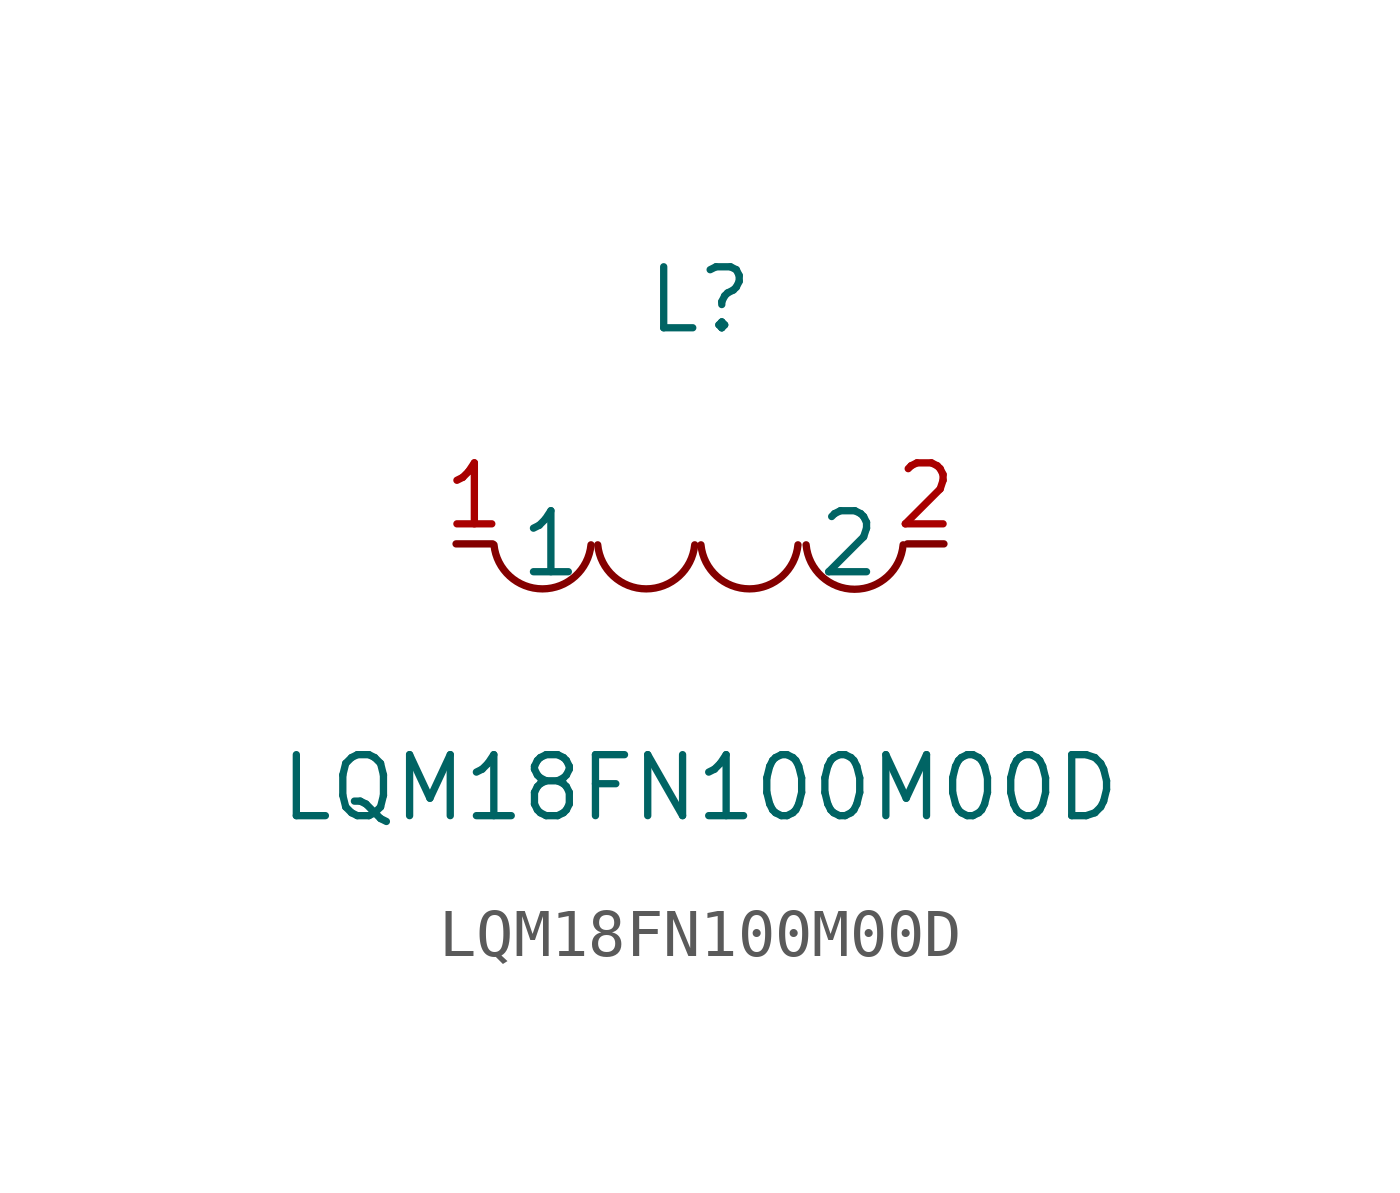
<source format=kicad_sym>
(kicad_symbol_lib
  (version 1)
  (generator "faebryk")
  (symbol "LQM18FN100M00D"
    (property "Reference" "L"
      (at 0 5.08 0)
      (effects (font (size 1.27 1.27)) (hide no)))
    (property "Value" "LQM18FN100M00D"
      (at 0 -5.08 0)
      (effects (font (size 1.27 1.27)) (hide no)))
    (symbol "LQM18FN100M00D_0_1"
      (arc (start -4.29 -0.02) (mid -2.52 -0.79) (end -2.27 -0.02) (stroke (width 0) (type default) (color 0 0 0 0)) (fill (type none)))
      (arc (start -2.13 -0.02) (mid -0.36 -0.79) (end -0.11 -0.02) (stroke (width 0) (type default) (color 0 0 0 0)) (fill (type none)))
      (arc (start 0.02 -0.02) (mid 1.79 -0.79) (end 2.04 -0.02) (stroke (width 0) (type default) (color 0 0 0 0)) (fill (type none)))
      (arc (start 2.21 -0.02) (mid 3.3 -1.12) (end 4.23 -0.02) (stroke (width 0) (type default) (color 0 0 0 0)) (fill (type none)))
      (pin unspecified line (at 5.08 0 180) (length 0.762) (name "2" (effects (font (size 1.27 1.27)) (hide no))) (number "2" (effects (font (size 1.27 1.27)) (hide no))))
      (pin unspecified line (at -5.08 0 0) (length 0.762) (name "1" (effects (font (size 1.27 1.27)) (hide no))) (number "1" (effects (font (size 1.27 1.27)) (hide no)))))))
</source>
